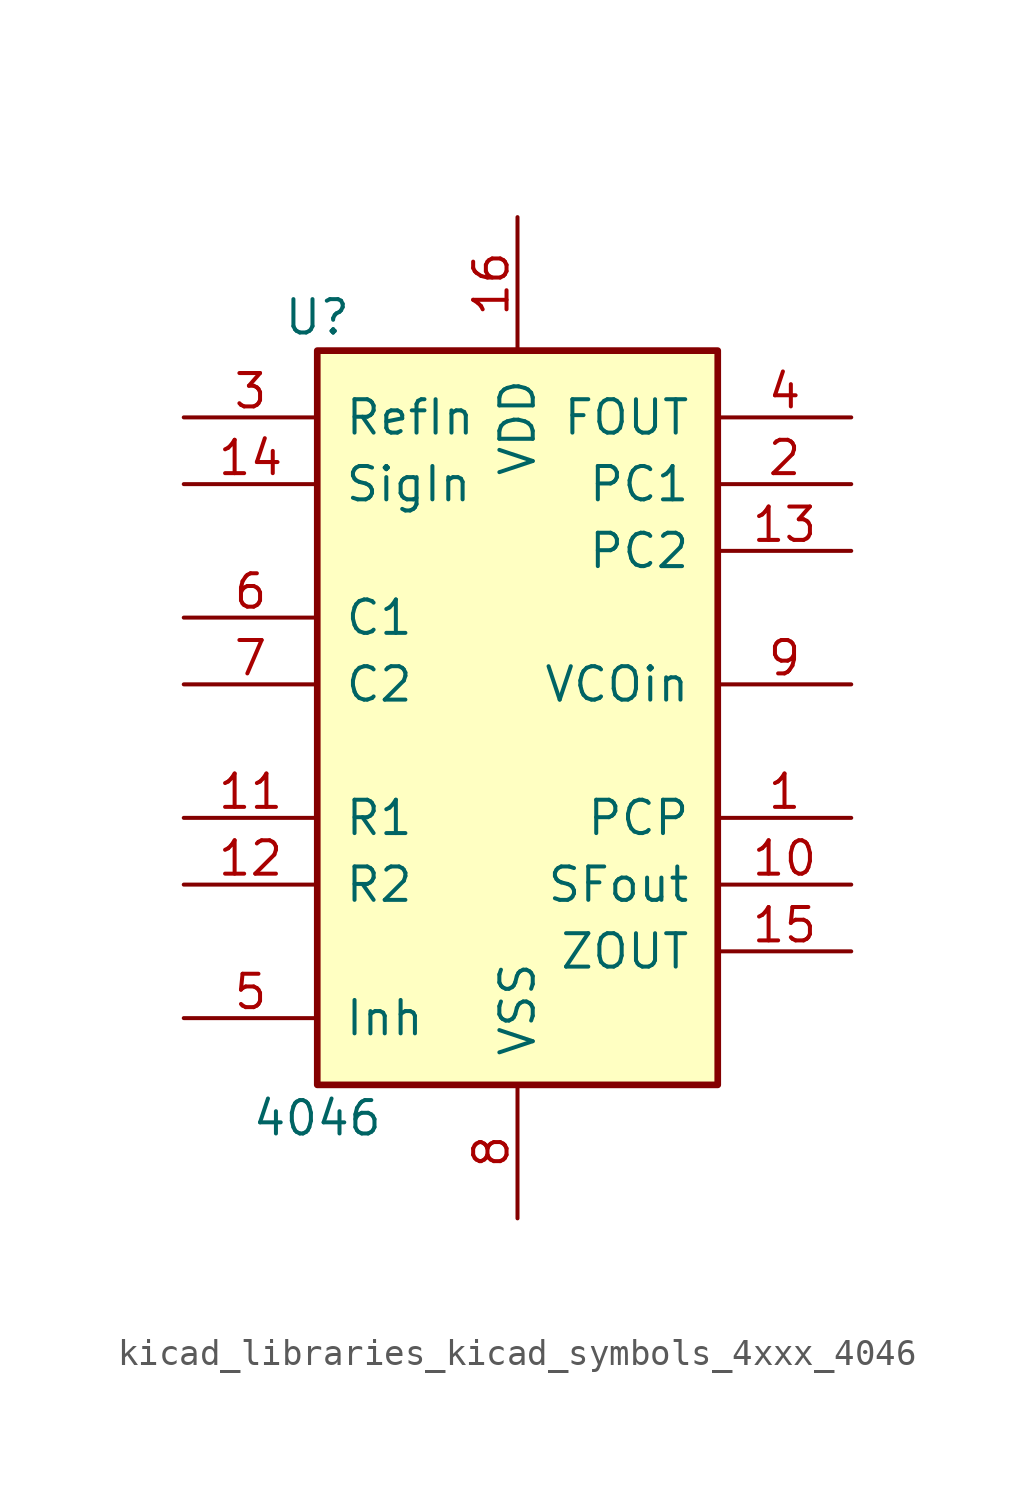
<source format=kicad_sym>
(kicad_symbol_lib
  (version 20220914)
  (generator kicad_symbol_editor)
  (symbol "kicad_libraries_kicad_symbols_4xxx_4046"
    (pin_names
      (offset 1.016))
    (property "Reference" "U"
      (at -7.62 13.97 0)
      (effects (font (size 1.27 1.27))))
    (property "Value" "4046"
      (at -7.62 -16.51 0)
      (effects (font (size 1.27 1.27))))
    (property "ki_locked" ""
      (at 0 0 0)
      (effects (font (size 1.27 1.27))))
    (symbol "kicad_libraries_kicad_symbols_4xxx_4046_1_0"
      (pin output line (at 12.7 -5.08 180) (length 5.08) (name "PCP" (effects (font (size 1.27 1.27)))) (number "1" (effects (font (size 1.27 1.27)))))
      (pin output line (at 12.7 -7.62 180) (length 5.08) (name "SFout" (effects (font (size 1.27 1.27)))) (number "10" (effects (font (size 1.27 1.27)))))
      (pin input line (at -12.7 -5.08 0) (length 5.08) (name "R1" (effects (font (size 1.27 1.27)))) (number "11" (effects (font (size 1.27 1.27)))))
      (pin input line (at -12.7 -7.62 0) (length 5.08) (name "R2" (effects (font (size 1.27 1.27)))) (number "12" (effects (font (size 1.27 1.27)))))
      (pin tri_state line (at 12.7 5.08 180) (length 5.08) (name "PC2" (effects (font (size 1.27 1.27)))) (number "13" (effects (font (size 1.27 1.27)))))
      (pin input line (at -12.7 7.62 0) (length 5.08) (name "SigIn" (effects (font (size 1.27 1.27)))) (number "14" (effects (font (size 1.27 1.27)))))
      (pin output line (at 12.7 -10.16 180) (length 5.08) (name "ZOUT" (effects (font (size 1.27 1.27)))) (number "15" (effects (font (size 1.27 1.27)))))
      (pin power_in line (at 0 17.78 270) (length 5.08) (name "VDD" (effects (font (size 1.27 1.27)))) (number "16" (effects (font (size 1.27 1.27)))))
      (pin output line (at 12.7 7.62 180) (length 5.08) (name "PC1" (effects (font (size 1.27 1.27)))) (number "2" (effects (font (size 1.27 1.27)))))
      (pin input line (at -12.7 10.16 0) (length 5.08) (name "RefIn" (effects (font (size 1.27 1.27)))) (number "3" (effects (font (size 1.27 1.27)))))
      (pin output line (at 12.7 10.16 180) (length 5.08) (name "FOUT" (effects (font (size 1.27 1.27)))) (number "4" (effects (font (size 1.27 1.27)))))
      (pin input line (at -12.7 -12.7 0) (length 5.08) (name "Inh" (effects (font (size 1.27 1.27)))) (number "5" (effects (font (size 1.27 1.27)))))
      (pin input line (at -12.7 2.54 0) (length 5.08) (name "C1" (effects (font (size 1.27 1.27)))) (number "6" (effects (font (size 1.27 1.27)))))
      (pin input line (at -12.7 0 0) (length 5.08) (name "C2" (effects (font (size 1.27 1.27)))) (number "7" (effects (font (size 1.27 1.27)))))
      (pin power_in line (at 0 -20.32 90) (length 5.08) (name "VSS" (effects (font (size 1.27 1.27)))) (number "8" (effects (font (size 1.27 1.27)))))
      (pin input line (at 12.7 0 180) (length 5.08) (name "VCOin" (effects (font (size 1.27 1.27)))) (number "9" (effects (font (size 1.27 1.27))))))
    (symbol "kicad_libraries_kicad_symbols_4xxx_4046_1_1"
      (rectangle (start -7.62 12.7) (end 7.62 -15.24) (stroke (width 0.254) (type default)) (fill (type background))))))
</source>
